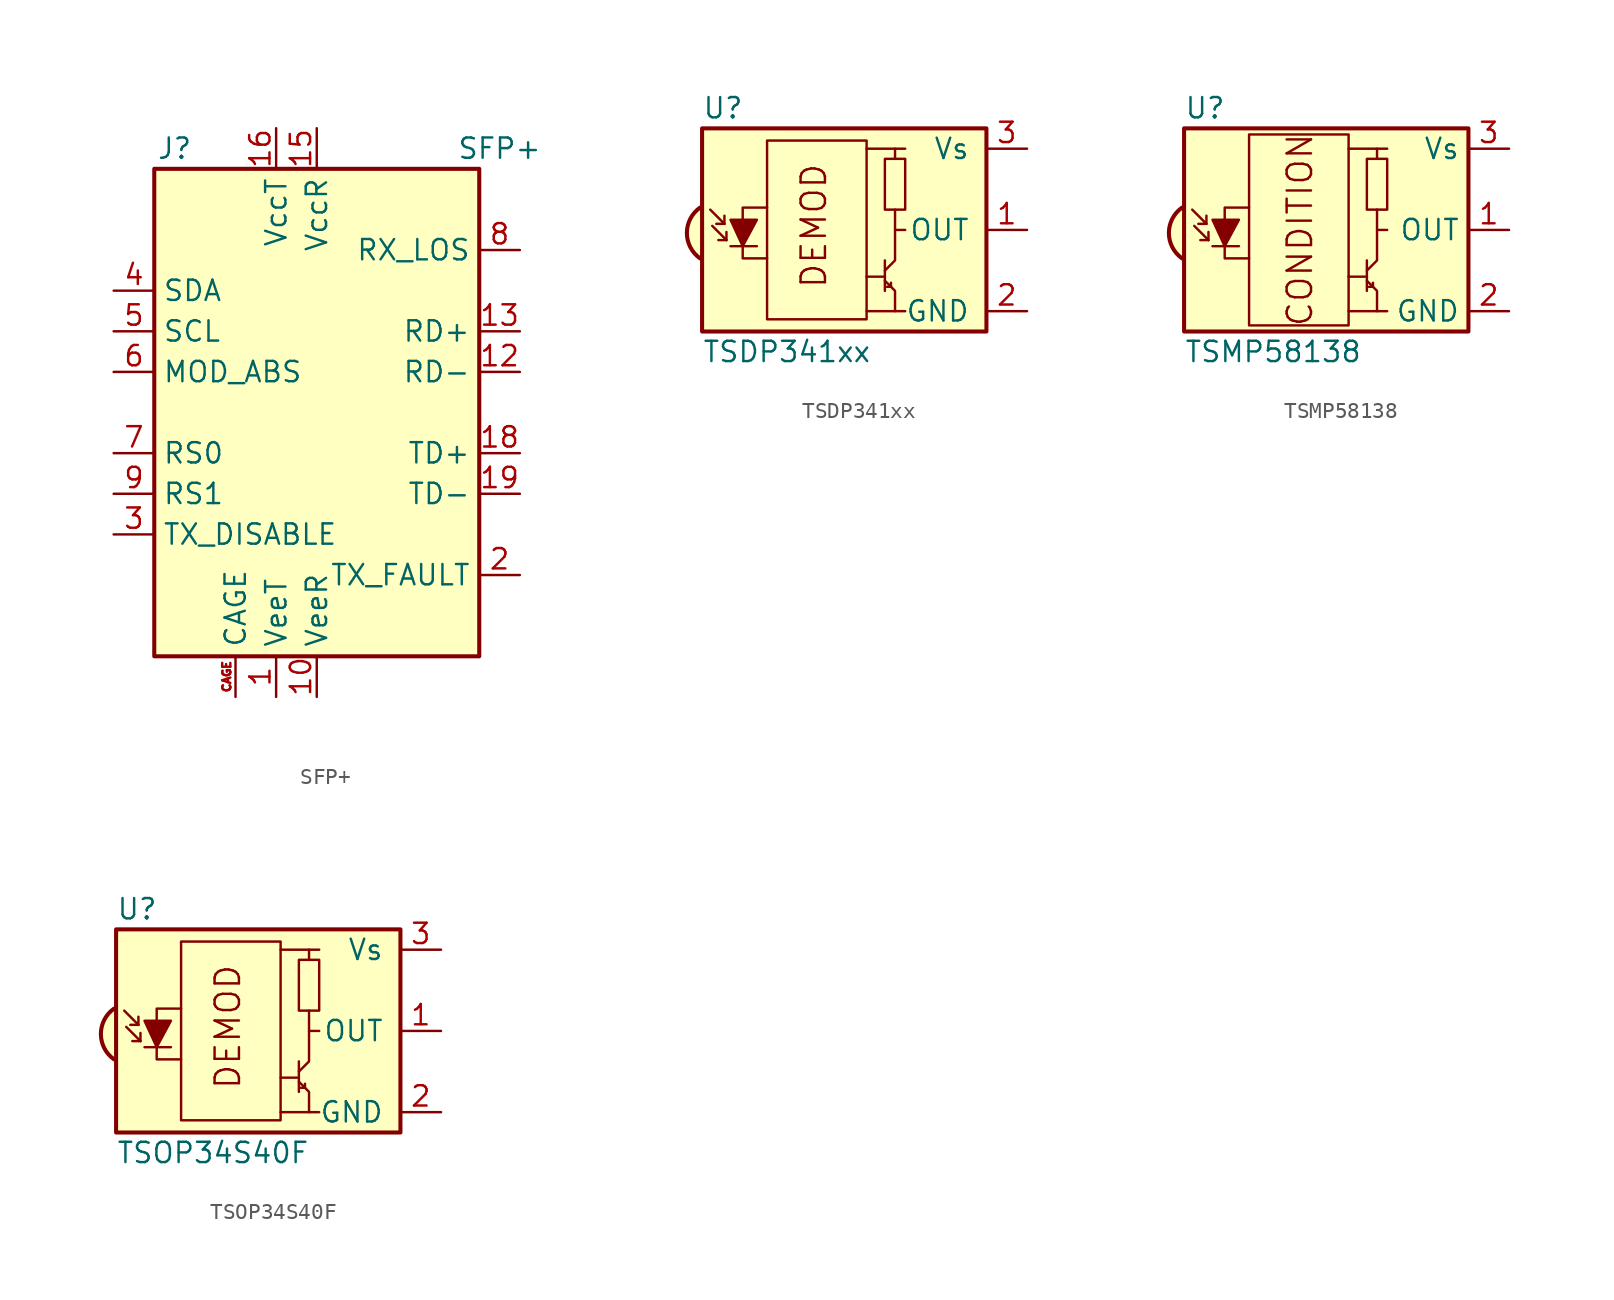
<source format=kicad_sym>
(kicad_symbol_lib
  (version 20201005)
  (generator kicad_symbol_editor)
  (symbol "SFP+"
    (property "Reference" "J"
      (at -8.89 16.51 0)
      (effects (font (size 1.27 1.27))))
    (property "Value" "SFP+"
      (at 11.43 16.51 0)
      (effects (font (size 1.27 1.27))))
    (symbol "SFP+_0_0"
      (rectangle (start -10.16 15.24) (end 10.16 -15.24) (stroke (width 0.254)) (fill (type background))))
    (symbol "SFP+_1_1"
      (pin power_in line (at -2.54 -17.78 90) (length 2.54) (name "VeeT" (effects (font (size 1.27 1.27)))) (number "1" (effects (font (size 1.27 1.27)))))
      (pin power_in line (at 0 -17.78 90) (length 2.54) (name "VeeR" (effects (font (size 1.27 1.27)))) (number "10" (effects (font (size 1.27 1.27)))))
      (pin passive line (at 0 -17.78 90) (length 2.54) hide (name "VeeR" (effects (font (size 1.27 1.27)))) (number "11" (effects (font (size 1.27 1.27)))))
      (pin output line (at 12.7 2.54 180) (length 2.54) (name "RD-" (effects (font (size 1.27 1.27)))) (number "12" (effects (font (size 1.27 1.27)))))
      (pin output line (at 12.7 5.08 180) (length 2.54) (name "RD+" (effects (font (size 1.27 1.27)))) (number "13" (effects (font (size 1.27 1.27)))))
      (pin passive line (at 0 -17.78 90) (length 2.54) hide (name "VeeR" (effects (font (size 1.27 1.27)))) (number "14" (effects (font (size 1.27 1.27)))))
      (pin power_in line (at 0 17.78 270) (length 2.54) (name "VccR" (effects (font (size 1.27 1.27)))) (number "15" (effects (font (size 1.27 1.27)))))
      (pin power_in line (at -2.54 17.78 270) (length 2.54) (name "VccT" (effects (font (size 1.27 1.27)))) (number "16" (effects (font (size 1.27 1.27)))))
      (pin passive line (at -2.54 -17.78 90) (length 2.54) hide (name "VeeT" (effects (font (size 1.27 1.27)))) (number "17" (effects (font (size 1.27 1.27)))))
      (pin input line (at 12.7 -2.54 180) (length 2.54) (name "TD+" (effects (font (size 1.27 1.27)))) (number "18" (effects (font (size 1.27 1.27)))))
      (pin input line (at 12.7 -5.08 180) (length 2.54) (name "TD-" (effects (font (size 1.27 1.27)))) (number "19" (effects (font (size 1.27 1.27)))))
      (pin open_collector line (at 12.7 -10.16 180) (length 2.54) (name "TX_FAULT" (effects (font (size 1.27 1.27)))) (number "2" (effects (font (size 1.27 1.27)))))
      (pin passive line (at -2.54 -17.78 90) (length 2.54) hide (name "VeeT" (effects (font (size 1.27 1.27)))) (number "20" (effects (font (size 1.27 1.27)))))
      (pin input line (at -12.7 -7.62 0) (length 2.54) (name "TX_DISABLE" (effects (font (size 1.27 1.27)))) (number "3" (effects (font (size 1.27 1.27)))))
      (pin bidirectional line (at -12.7 7.62 0) (length 2.54) (name "SDA" (effects (font (size 1.27 1.27)))) (number "4" (effects (font (size 1.27 1.27)))))
      (pin input line (at -12.7 5.08 0) (length 2.54) (name "SCL" (effects (font (size 1.27 1.27)))) (number "5" (effects (font (size 1.27 1.27)))))
      (pin passive line (at -12.7 2.54 0) (length 2.54) (name "MOD_ABS" (effects (font (size 1.27 1.27)))) (number "6" (effects (font (size 1.27 1.27)))))
      (pin input line (at -12.7 -2.54 0) (length 2.54) (name "RS0" (effects (font (size 1.27 1.27)))) (number "7" (effects (font (size 1.27 1.27)))))
      (pin open_collector line (at 12.7 10.16 180) (length 2.54) (name "RX_LOS" (effects (font (size 1.27 1.27)))) (number "8" (effects (font (size 1.27 1.27)))))
      (pin input line (at -12.7 -5.08 0) (length 2.54) (name "RS1" (effects (font (size 1.27 1.27)))) (number "9" (effects (font (size 1.27 1.27)))))
      (pin passive line (at -5.08 -17.78 90) (length 2.54) (name "CAGE" (effects (font (size 1.27 1.27)))) (number "CAGE" (effects (font (size 0.508 0.508)))))))
  (symbol "TSDP341xx"
    (pin_names
      (offset 1.016))
    (property "Reference" "U"
      (at -10.16 7.62 0)
      (effects (font (size 1.27 1.27)) (justify left)))
    (property "Value" "TSDP341xx"
      (at -10.16 -7.62 0)
      (effects (font (size 1.27 1.27)) (justify left)))
    (symbol "TSDP341xx_0_0"
      (arc (start -10.287 1.397) (end -10.287 -1.778) (radius (at -9.144 -0.1778) (length 1.9558) (angles 126 -125.5)) (stroke (width 0.254)) (fill (type background)))
      (text "DEMOD" (at -3.175 0.254 900) (effects (font (size 1.524 1.524))))
      (polyline (pts (xy 1.905 -5.08) (xy 0.127 -5.08)) (stroke (width 0)) (fill (type none)))
      (polyline (pts (xy 1.905 5.08) (xy 0.127 5.08)) (stroke (width 0)) (fill (type none))))
    (symbol "TSDP341xx_0_1"
      (rectangle (start -6.096 5.588) (end 0.127 -5.588) (stroke (width 0)) (fill (type none)))
      (rectangle (start 2.54 1.27) (end 1.27 4.445) (stroke (width 0)) (fill (type none)))
      (rectangle (start 7.62 6.35) (end -10.16 -6.35) (stroke (width 0.254)) (fill (type background)))
      (polyline (pts (xy -8.763 0.381) (xy -9.652 1.27)) (stroke (width 0)) (fill (type none)))
      (polyline (pts (xy -8.763 0.381) (xy -9.271 0.381)) (stroke (width 0)) (fill (type none)))
      (polyline (pts (xy -8.763 0.381) (xy -8.763 0.889)) (stroke (width 0)) (fill (type none)))
      (polyline (pts (xy -8.636 -0.635) (xy -9.525 0.254)) (stroke (width 0)) (fill (type none)))
      (polyline (pts (xy -8.636 -0.635) (xy -9.144 -0.635)) (stroke (width 0)) (fill (type none)))
      (polyline (pts (xy -8.636 -0.635) (xy -8.636 -0.127)) (stroke (width 0)) (fill (type none)))
      (polyline (pts (xy -8.382 -1.016) (xy -6.731 -1.016)) (stroke (width 0)) (fill (type none)))
      (polyline (pts (xy 1.27 -2.921) (xy 0.127 -2.921)) (stroke (width 0)) (fill (type none)))
      (polyline (pts (xy 1.27 -1.905) (xy 1.27 -3.81)) (stroke (width 0)) (fill (type none)))
      (polyline (pts (xy 1.397 -3.556) (xy 1.524 -3.556)) (stroke (width 0)) (fill (type none)))
      (polyline (pts (xy 1.651 -3.556) (xy 1.524 -3.556)) (stroke (width 0)) (fill (type none)))
      (polyline (pts (xy 1.651 -3.556) (xy 1.651 -3.302)) (stroke (width 0)) (fill (type none)))
      (polyline (pts (xy 1.905 0) (xy 1.905 1.27)) (stroke (width 0)) (fill (type none)))
      (polyline (pts (xy 1.905 4.445) (xy 1.905 5.08) (xy 2.54 5.08)) (stroke (width 0)) (fill (type none)))
      (polyline (pts (xy -8.382 0.635) (xy -6.731 0.635) (xy -7.62 -1.016) (xy -8.382 0.635)) (stroke (width 0)) (fill (type outline)))
      (polyline (pts (xy -6.096 1.397) (xy -7.62 1.397) (xy -7.62 -1.778) (xy -6.096 -1.778)) (stroke (width 0)) (fill (type none)))
      (polyline (pts (xy 1.27 -3.175) (xy 1.905 -3.81) (xy 1.905 -5.08) (xy 2.54 -5.08)) (stroke (width 0)) (fill (type none)))
      (polyline (pts (xy 1.27 -2.54) (xy 1.905 -1.905) (xy 1.905 0) (xy 2.54 0)) (stroke (width 0)) (fill (type none))))
    (symbol "TSDP341xx_1_1"
      (pin output line (at 10.16 0 180) (length 2.54) (name "OUT" (effects (font (size 1.27 1.27)))) (number "1" (effects (font (size 1.27 1.27)))))
      (pin power_in line (at 10.16 -5.08 180) (length 2.54) (name "GND" (effects (font (size 1.27 1.27)))) (number "2" (effects (font (size 1.27 1.27)))))
      (pin power_in line (at 10.16 5.08 180) (length 2.54) (name "Vs" (effects (font (size 1.27 1.27)))) (number "3" (effects (font (size 1.27 1.27)))))))
  (symbol "TSMP58138"
    (property "Reference" "U"
      (at -10.16 7.62 0)
      (effects (font (size 1.27 1.27)) (justify left)))
    (property "Value" "TSMP58138"
      (at -10.16 -7.62 0)
      (effects (font (size 1.27 1.27)) (justify left)))
    (symbol "TSMP58138_0_0"
      (arc (start -10.287 1.397) (end -10.287 -1.778) (radius (at -9.144 -0.1778) (length 1.9558) (angles 126 -125.5)) (stroke (width 0.254)) (fill (type background)))
      (text "CONDITION" (at -2.921 0 900) (effects (font (size 1.524 1.524))))
      (polyline (pts (xy 1.905 -5.08) (xy 0.127 -5.08)) (stroke (width 0)) (fill (type none)))
      (polyline (pts (xy 1.905 5.08) (xy 0.127 5.08)) (stroke (width 0)) (fill (type none))))
    (symbol "TSMP58138_0_1"
      (rectangle (start -6.096 5.969) (end 0.127 -5.969) (stroke (width 0)) (fill (type none)))
      (rectangle (start 2.54 1.27) (end 1.27 4.445) (stroke (width 0)) (fill (type none)))
      (rectangle (start 7.62 6.35) (end -10.16 -6.35) (stroke (width 0.254)) (fill (type background)))
      (polyline (pts (xy -8.763 0.381) (xy -9.652 1.27)) (stroke (width 0)) (fill (type none)))
      (polyline (pts (xy -8.763 0.381) (xy -9.271 0.381)) (stroke (width 0)) (fill (type none)))
      (polyline (pts (xy -8.763 0.381) (xy -8.763 0.889)) (stroke (width 0)) (fill (type none)))
      (polyline (pts (xy -8.636 -0.635) (xy -9.525 0.254)) (stroke (width 0)) (fill (type none)))
      (polyline (pts (xy -8.636 -0.635) (xy -9.144 -0.635)) (stroke (width 0)) (fill (type none)))
      (polyline (pts (xy -8.636 -0.635) (xy -8.636 -0.127)) (stroke (width 0)) (fill (type none)))
      (polyline (pts (xy -8.382 -1.016) (xy -6.731 -1.016)) (stroke (width 0)) (fill (type none)))
      (polyline (pts (xy 1.27 -2.921) (xy 0.127 -2.921)) (stroke (width 0)) (fill (type none)))
      (polyline (pts (xy 1.27 -1.905) (xy 1.27 -3.81)) (stroke (width 0)) (fill (type none)))
      (polyline (pts (xy 1.397 -3.556) (xy 1.524 -3.556)) (stroke (width 0)) (fill (type none)))
      (polyline (pts (xy 1.651 -3.556) (xy 1.524 -3.556)) (stroke (width 0)) (fill (type none)))
      (polyline (pts (xy 1.651 -3.556) (xy 1.651 -3.302)) (stroke (width 0)) (fill (type none)))
      (polyline (pts (xy 1.905 0) (xy 1.905 1.27)) (stroke (width 0)) (fill (type none)))
      (polyline (pts (xy 1.905 4.445) (xy 1.905 5.08) (xy 2.54 5.08)) (stroke (width 0)) (fill (type none)))
      (polyline (pts (xy -8.382 0.635) (xy -6.731 0.635) (xy -7.62 -1.016) (xy -8.382 0.635)) (stroke (width 0)) (fill (type outline)))
      (polyline (pts (xy -6.096 1.397) (xy -7.62 1.397) (xy -7.62 -1.778) (xy -6.096 -1.778)) (stroke (width 0)) (fill (type none)))
      (polyline (pts (xy 1.27 -3.175) (xy 1.905 -3.81) (xy 1.905 -5.08) (xy 2.54 -5.08)) (stroke (width 0)) (fill (type none)))
      (polyline (pts (xy 1.27 -2.54) (xy 1.905 -1.905) (xy 1.905 0) (xy 2.54 0)) (stroke (width 0)) (fill (type none))))
    (symbol "TSMP58138_1_1"
      (pin output line (at 10.16 0 180) (length 2.54) (name "OUT" (effects (font (size 1.27 1.27)))) (number "1" (effects (font (size 1.27 1.27)))))
      (pin power_in line (at 10.16 -5.08 180) (length 2.54) (name "GND" (effects (font (size 1.27 1.27)))) (number "2" (effects (font (size 1.27 1.27)))))
      (pin power_in line (at 10.16 5.08 180) (length 2.54) (name "Vs" (effects (font (size 1.27 1.27)))) (number "3" (effects (font (size 1.27 1.27)))))))
  (symbol "TSOP34S40F"
    (pin_names
      (offset 1.016))
    (property "Reference" "U"
      (at -10.16 7.62 0)
      (effects (font (size 1.27 1.27)) (justify left)))
    (property "Value" "TSOP34S40F"
      (at -10.16 -7.62 0)
      (effects (font (size 1.27 1.27)) (justify left)))
    (symbol "TSOP34S40F_0_0"
      (arc (start -10.287 1.397) (end -10.287 -1.778) (radius (at -9.144 -0.1778) (length 1.9558) (angles 126 -125.5)) (stroke (width 0.254)) (fill (type background)))
      (text "DEMOD" (at -3.175 0.254 900) (effects (font (size 1.524 1.524))))
      (polyline (pts (xy 1.905 -5.08) (xy 0.127 -5.08)) (stroke (width 0)) (fill (type none)))
      (polyline (pts (xy 1.905 5.08) (xy 0.127 5.08)) (stroke (width 0)) (fill (type none))))
    (symbol "TSOP34S40F_0_1"
      (rectangle (start -6.096 5.588) (end 0.127 -5.588) (stroke (width 0)) (fill (type none)))
      (rectangle (start 2.54 1.27) (end 1.27 4.445) (stroke (width 0)) (fill (type none)))
      (rectangle (start 7.62 6.35) (end -10.16 -6.35) (stroke (width 0.254)) (fill (type background)))
      (polyline (pts (xy -8.763 0.381) (xy -9.652 1.27)) (stroke (width 0)) (fill (type none)))
      (polyline (pts (xy -8.763 0.381) (xy -9.271 0.381)) (stroke (width 0)) (fill (type none)))
      (polyline (pts (xy -8.763 0.381) (xy -8.763 0.889)) (stroke (width 0)) (fill (type none)))
      (polyline (pts (xy -8.636 -0.635) (xy -9.525 0.254)) (stroke (width 0)) (fill (type none)))
      (polyline (pts (xy -8.636 -0.635) (xy -9.144 -0.635)) (stroke (width 0)) (fill (type none)))
      (polyline (pts (xy -8.636 -0.635) (xy -8.636 -0.127)) (stroke (width 0)) (fill (type none)))
      (polyline (pts (xy -8.382 -1.016) (xy -6.731 -1.016)) (stroke (width 0)) (fill (type none)))
      (polyline (pts (xy 1.27 -2.921) (xy 0.127 -2.921)) (stroke (width 0)) (fill (type none)))
      (polyline (pts (xy 1.27 -1.905) (xy 1.27 -3.81)) (stroke (width 0)) (fill (type none)))
      (polyline (pts (xy 1.397 -3.556) (xy 1.524 -3.556)) (stroke (width 0)) (fill (type none)))
      (polyline (pts (xy 1.651 -3.556) (xy 1.524 -3.556)) (stroke (width 0)) (fill (type none)))
      (polyline (pts (xy 1.651 -3.556) (xy 1.651 -3.302)) (stroke (width 0)) (fill (type none)))
      (polyline (pts (xy 1.905 0) (xy 1.905 1.27)) (stroke (width 0)) (fill (type none)))
      (polyline (pts (xy 1.905 4.445) (xy 1.905 5.08) (xy 2.54 5.08)) (stroke (width 0)) (fill (type none)))
      (polyline (pts (xy -8.382 0.635) (xy -6.731 0.635) (xy -7.62 -1.016) (xy -8.382 0.635)) (stroke (width 0)) (fill (type outline)))
      (polyline (pts (xy -6.096 1.397) (xy -7.62 1.397) (xy -7.62 -1.778) (xy -6.096 -1.778)) (stroke (width 0)) (fill (type none)))
      (polyline (pts (xy 1.27 -3.175) (xy 1.905 -3.81) (xy 1.905 -5.08) (xy 2.54 -5.08)) (stroke (width 0)) (fill (type none)))
      (polyline (pts (xy 1.27 -2.54) (xy 1.905 -1.905) (xy 1.905 0) (xy 2.54 0)) (stroke (width 0)) (fill (type none))))
    (symbol "TSOP34S40F_1_1"
      (pin output line (at 10.16 0 180) (length 2.54) (name "OUT" (effects (font (size 1.27 1.27)))) (number "1" (effects (font (size 1.27 1.27)))))
      (pin power_in line (at 10.16 -5.08 180) (length 2.54) (name "GND" (effects (font (size 1.27 1.27)))) (number "2" (effects (font (size 1.27 1.27)))))
      (pin power_in line (at 10.16 5.08 180) (length 2.54) (name "Vs" (effects (font (size 1.27 1.27)))) (number "3" (effects (font (size 1.27 1.27))))))))
</source>
